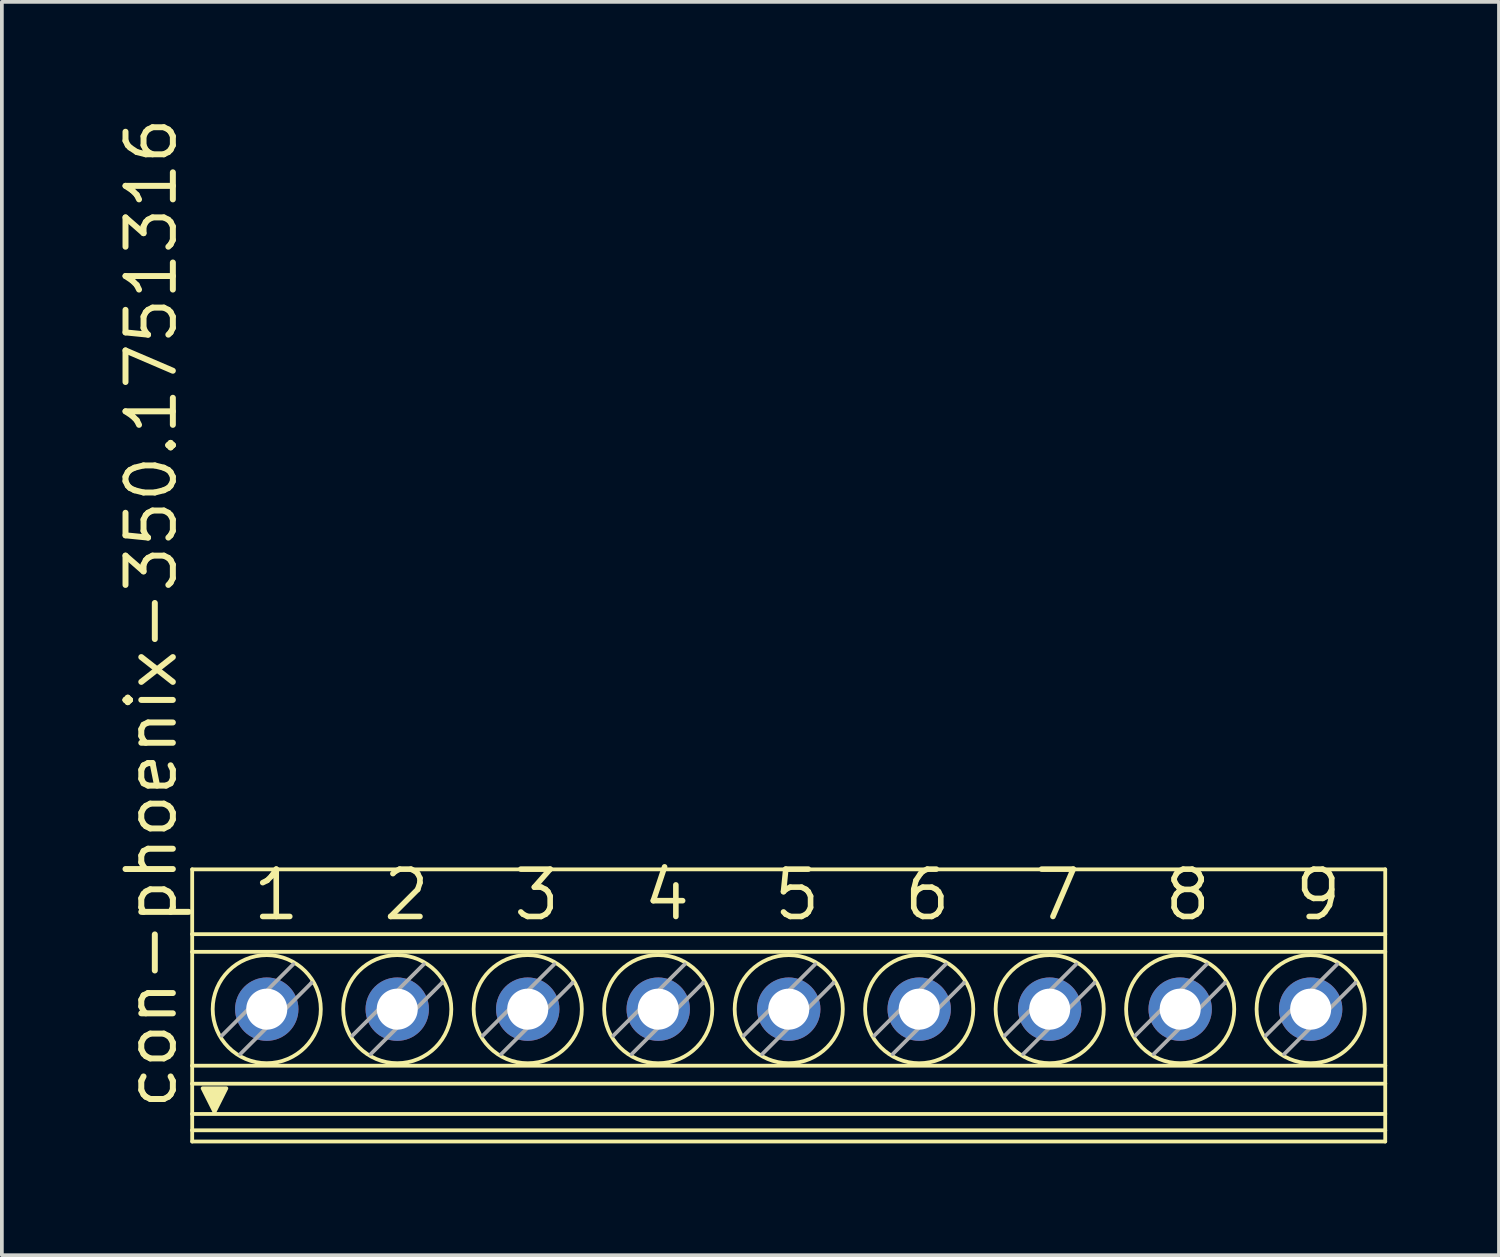
<source format=kicad_pcb>
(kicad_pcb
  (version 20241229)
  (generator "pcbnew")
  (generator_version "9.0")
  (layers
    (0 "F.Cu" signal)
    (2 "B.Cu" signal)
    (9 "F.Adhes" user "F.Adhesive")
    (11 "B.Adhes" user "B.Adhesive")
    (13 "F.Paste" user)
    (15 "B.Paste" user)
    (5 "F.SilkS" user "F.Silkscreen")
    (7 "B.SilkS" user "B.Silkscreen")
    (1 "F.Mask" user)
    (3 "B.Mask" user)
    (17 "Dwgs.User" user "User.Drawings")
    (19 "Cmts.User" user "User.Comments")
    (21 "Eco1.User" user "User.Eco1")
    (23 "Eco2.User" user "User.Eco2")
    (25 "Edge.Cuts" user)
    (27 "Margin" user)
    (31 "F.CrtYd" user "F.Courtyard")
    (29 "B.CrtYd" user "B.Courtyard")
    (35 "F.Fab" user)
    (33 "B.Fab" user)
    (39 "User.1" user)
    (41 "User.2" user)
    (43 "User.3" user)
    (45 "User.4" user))
  (footprint "con-phoenix-350.1751316"
    (layer "F.Cu")
    (at 18.078 23.918)
    (property "Reference" "con-phoenix-350.1751316" (at -16.328 2.857 90) (layer "F.SilkS") (effects (font (size 1.27 1.27) (thickness 0.16)) (justify left bottom)))
    (attr through_hole)
    (fp_line (start -15.973 -3.65) (end -15.973 -1.912) (stroke (width 0.102) (type default)) (layer "F.SilkS"))
    (fp_line (start -15.973 -3.65) (end 16.027 -3.65) (stroke (width 0.102) (type default)) (layer "F.SilkS"))
    (fp_line (start -15.973 -1.912) (end -15.973 -1.437) (stroke (width 0.102) (type default)) (layer "F.SilkS"))
    (fp_line (start -15.973 -1.912) (end 16.027 -1.912) (stroke (width 0.102) (type default)) (layer "F.SilkS"))
    (fp_line (start -15.973 1.616) (end -15.973 -1.437) (stroke (width 0.102) (type default)) (layer "F.SilkS"))
    (fp_line (start -15.973 1.616) (end -15.973 2.099) (stroke (width 0.102) (type default)) (layer "F.SilkS"))
    (fp_line (start -15.973 1.616) (end 16.027 1.616) (stroke (width 0.102) (type default)) (layer "F.SilkS"))
    (fp_line (start -15.973 2.099) (end -15.973 2.911) (stroke (width 0.102) (type default)) (layer "F.SilkS"))
    (fp_line (start -15.973 2.911) (end -15.973 3.35) (stroke (width 0.102) (type default)) (layer "F.SilkS"))
    (fp_line (start -15.973 3.35) (end -15.973 3.65) (stroke (width 0.102) (type default)) (layer "F.SilkS"))
    (fp_line (start -15.973 3.35) (end 16.027 3.35) (stroke (width 0.102) (type default)) (layer "F.SilkS"))
    (fp_line (start -15.973 3.65) (end 16.027 3.65) (stroke (width 0.102) (type default)) (layer "F.SilkS"))
    (fp_line (start -12.767 -0.611) (end -12.773 -0.605) (stroke (width 0.102) (type default)) (layer "F.SilkS"))
    (fp_line (start -9.267 -0.611) (end -9.273 -0.605) (stroke (width 0.102) (type default)) (layer "F.SilkS"))
    (fp_line (start -5.766 -0.611) (end -5.772 -0.605) (stroke (width 0.102) (type default)) (layer "F.SilkS"))
    (fp_line (start -2.267 -0.611) (end -2.272 -0.605) (stroke (width 0.102) (type default)) (layer "F.SilkS"))
    (fp_line (start 1.234 -0.611) (end 1.228 -0.605) (stroke (width 0.102) (type default)) (layer "F.SilkS"))
    (fp_line (start 4.734 -0.611) (end 4.728 -0.605) (stroke (width 0.102) (type default)) (layer "F.SilkS"))
    (fp_line (start 8.233 -0.611) (end 8.227 -0.605) (stroke (width 0.102) (type default)) (layer "F.SilkS"))
    (fp_line (start 11.733 -0.611) (end 11.727 -0.605) (stroke (width 0.102) (type default)) (layer "F.SilkS"))
    (fp_line (start 15.233 -0.611) (end 15.227 -0.605) (stroke (width 0.102) (type default)) (layer "F.SilkS"))
    (fp_line (start 16.027 -3.65) (end 16.027 -1.912) (stroke (width 0.102) (type default)) (layer "F.SilkS"))
    (fp_line (start 16.027 -1.437) (end -15.973 -1.437) (stroke (width 0.102) (type default)) (layer "F.SilkS"))
    (fp_line (start 16.027 -1.437) (end 16.027 -1.912) (stroke (width 0.102) (type default)) (layer "F.SilkS"))
    (fp_line (start 16.027 1.616) (end 16.027 -1.437) (stroke (width 0.102) (type default)) (layer "F.SilkS"))
    (fp_line (start 16.027 1.616) (end 16.027 2.099) (stroke (width 0.102) (type default)) (layer "F.SilkS"))
    (fp_line (start 16.027 2.099) (end -15.973 2.099) (stroke (width 0.102) (type default)) (layer "F.SilkS"))
    (fp_line (start 16.027 2.099) (end 16.027 2.911) (stroke (width 0.102) (type default)) (layer "F.SilkS"))
    (fp_line (start 16.027 2.911) (end -15.973 2.911) (stroke (width 0.102) (type default)) (layer "F.SilkS"))
    (fp_line (start 16.027 2.911) (end 16.027 3.35) (stroke (width 0.102) (type default)) (layer "F.SilkS"))
    (fp_line (start 16.027 3.35) (end 16.027 3.65) (stroke (width 0.102) (type default)) (layer "F.SilkS"))
    (fp_circle (center -13.973 0.1) (end -12.523 0.1) (stroke (width 0.102) (type default)) (fill no) (layer "F.SilkS"))
    (fp_circle (center -10.473 0.1) (end -9.023 0.1) (stroke (width 0.102) (type default)) (fill no) (layer "F.SilkS"))
    (fp_circle (center -6.973 0.1) (end -5.522 0.1) (stroke (width 0.102) (type default)) (fill no) (layer "F.SilkS"))
    (fp_circle (center -3.473 0.1) (end -2.022 0.1) (stroke (width 0.102) (type default)) (fill no) (layer "F.SilkS"))
    (fp_circle (center 0.028 0.1) (end 1.478 0.1) (stroke (width 0.102) (type default)) (fill no) (layer "F.SilkS"))
    (fp_circle (center 3.527 0.1) (end 4.978 0.1) (stroke (width 0.102) (type default)) (fill no) (layer "F.SilkS"))
    (fp_circle (center 7.027 0.1) (end 8.477 0.1) (stroke (width 0.102) (type default)) (fill no) (layer "F.SilkS"))
    (fp_circle (center 10.527 0.1) (end 11.977 0.1) (stroke (width 0.102) (type default)) (fill no) (layer "F.SilkS"))
    (fp_circle (center 14.027 0.1) (end 15.477 0.1) (stroke (width 0.102) (type default)) (fill no) (layer "F.SilkS"))
    (fp_poly (pts (xy -15.375 2.857) (xy -15.693 2.223) (xy -15.057 2.223)) (stroke (width 0.102) (type default)) (fill yes) (layer "F.SilkS"))
    (fp_line (start -15.178 0.811) (end -13.261 -1.106) (stroke (width 0.102) (type default)) (layer "F.Fab"))
    (fp_line (start -12.773 -0.605) (end -14.684 1.306) (stroke (width 0.102) (type default)) (layer "F.Fab"))
    (fp_line (start -11.678 0.811) (end -9.761 -1.106) (stroke (width 0.102) (type default)) (layer "F.Fab"))
    (fp_line (start -9.273 -0.605) (end -11.184 1.306) (stroke (width 0.102) (type default)) (layer "F.Fab"))
    (fp_line (start -8.178 0.811) (end -6.261 -1.106) (stroke (width 0.102) (type default)) (layer "F.Fab"))
    (fp_line (start -5.772 -0.605) (end -7.684 1.306) (stroke (width 0.102) (type default)) (layer "F.Fab"))
    (fp_line (start -4.678 0.811) (end -2.761 -1.106) (stroke (width 0.102) (type default)) (layer "F.Fab"))
    (fp_line (start -2.272 -0.605) (end -4.184 1.306) (stroke (width 0.102) (type default)) (layer "F.Fab"))
    (fp_line (start -1.179 0.811) (end 0.739 -1.106) (stroke (width 0.102) (type default)) (layer "F.Fab"))
    (fp_line (start 1.228 -0.605) (end -0.683 1.306) (stroke (width 0.102) (type default)) (layer "F.Fab"))
    (fp_line (start 2.321 0.811) (end 4.239 -1.106) (stroke (width 0.102) (type default)) (layer "F.Fab"))
    (fp_line (start 4.728 -0.605) (end 2.817 1.306) (stroke (width 0.102) (type default)) (layer "F.Fab"))
    (fp_line (start 5.822 0.811) (end 7.739 -1.106) (stroke (width 0.102) (type default)) (layer "F.Fab"))
    (fp_line (start 8.227 -0.605) (end 6.316 1.306) (stroke (width 0.102) (type default)) (layer "F.Fab"))
    (fp_line (start 9.322 0.811) (end 11.239 -1.106) (stroke (width 0.102) (type default)) (layer "F.Fab"))
    (fp_line (start 11.727 -0.605) (end 9.816 1.306) (stroke (width 0.102) (type default)) (layer "F.Fab"))
    (fp_line (start 12.822 0.811) (end 14.739 -1.106) (stroke (width 0.102) (type default)) (layer "F.Fab"))
    (fp_line (start 15.227 -0.605) (end 13.316 1.306) (stroke (width 0.102) (type default)) (layer "F.Fab"))
    (fp_text user "7" (at 6.532 -2.223 0) (layer "F.SilkS") (effects (font (size 1.27 1.27) (thickness 0.15)) (justify left bottom)))
    (fp_text user "6" (at 3.04 -2.223 0) (layer "F.SilkS") (effects (font (size 1.27 1.27) (thickness 0.15)) (justify left bottom)))
    (fp_text user "5" (at -0.453 -2.223 0) (layer "F.SilkS") (effects (font (size 1.27 1.27) (thickness 0.15)) (justify left bottom)))
    (fp_text user "3" (at -7.438 -2.223 0) (layer "F.SilkS") (effects (font (size 1.27 1.27) (thickness 0.15)) (justify left bottom)))
    (fp_text user "1" (at -14.422 -2.223 0) (layer "F.SilkS") (effects (font (size 1.27 1.27) (thickness 0.15)) (justify left bottom)))
    (fp_text user "8" (at 10.025 -2.223 0) (layer "F.SilkS") (effects (font (size 1.27 1.27) (thickness 0.15)) (justify left bottom)))
    (fp_text user "9" (at 13.525 -2.223 0) (layer "F.SilkS") (effects (font (size 1.27 1.27) (thickness 0.15)) (justify left bottom)))
    (fp_text user "4" (at -3.945 -2.223 0) (layer "F.SilkS") (effects (font (size 1.27 1.27) (thickness 0.15)) (justify left bottom)))
    (fp_text user "2" (at -10.93 -2.223 0) (layer "F.SilkS") (effects (font (size 1.27 1.27) (thickness 0.15)) (justify left bottom)))
    (pad "1" thru_hole circle (at -13.973 0.1 90) (size 1.7 1.7) (drill 1.1) (layers "*.Cu" "*.Mask"))
    (pad "2" thru_hole circle (at -10.473 0.1 90) (size 1.7 1.7) (drill 1.1) (layers "*.Cu" "*.Mask"))
    (pad "3" thru_hole circle (at -6.973 0.1 90) (size 1.7 1.7) (drill 1.1) (layers "*.Cu" "*.Mask"))
    (pad "4" thru_hole circle (at -3.473 0.1 90) (size 1.7 1.7) (drill 1.1) (layers "*.Cu" "*.Mask"))
    (pad "5" thru_hole circle (at 0.028 0.1 90) (size 1.7 1.7) (drill 1.1) (layers "*.Cu" "*.Mask"))
    (pad "6" thru_hole circle (at 3.527 0.1 90) (size 1.7 1.7) (drill 1.1) (layers "*.Cu" "*.Mask"))
    (pad "7" thru_hole circle (at 7.027 0.1 90) (size 1.7 1.7) (drill 1.1) (layers "*.Cu" "*.Mask"))
    (pad "8" thru_hole circle (at 10.527 0.1 90) (size 1.7 1.7) (drill 1.1) (layers "*.Cu" "*.Mask"))
    (pad "9" thru_hole circle (at 14.027 0.1 90) (size 1.7 1.7) (drill 1.1) (layers "*.Cu" "*.Mask")))
  (gr_rect
    (start -3 -3)
    (end 37.156 30.618)
    (stroke (width 0.1) (type default))
    (fill no)
    (layer "Edge.Cuts")))
</source>
